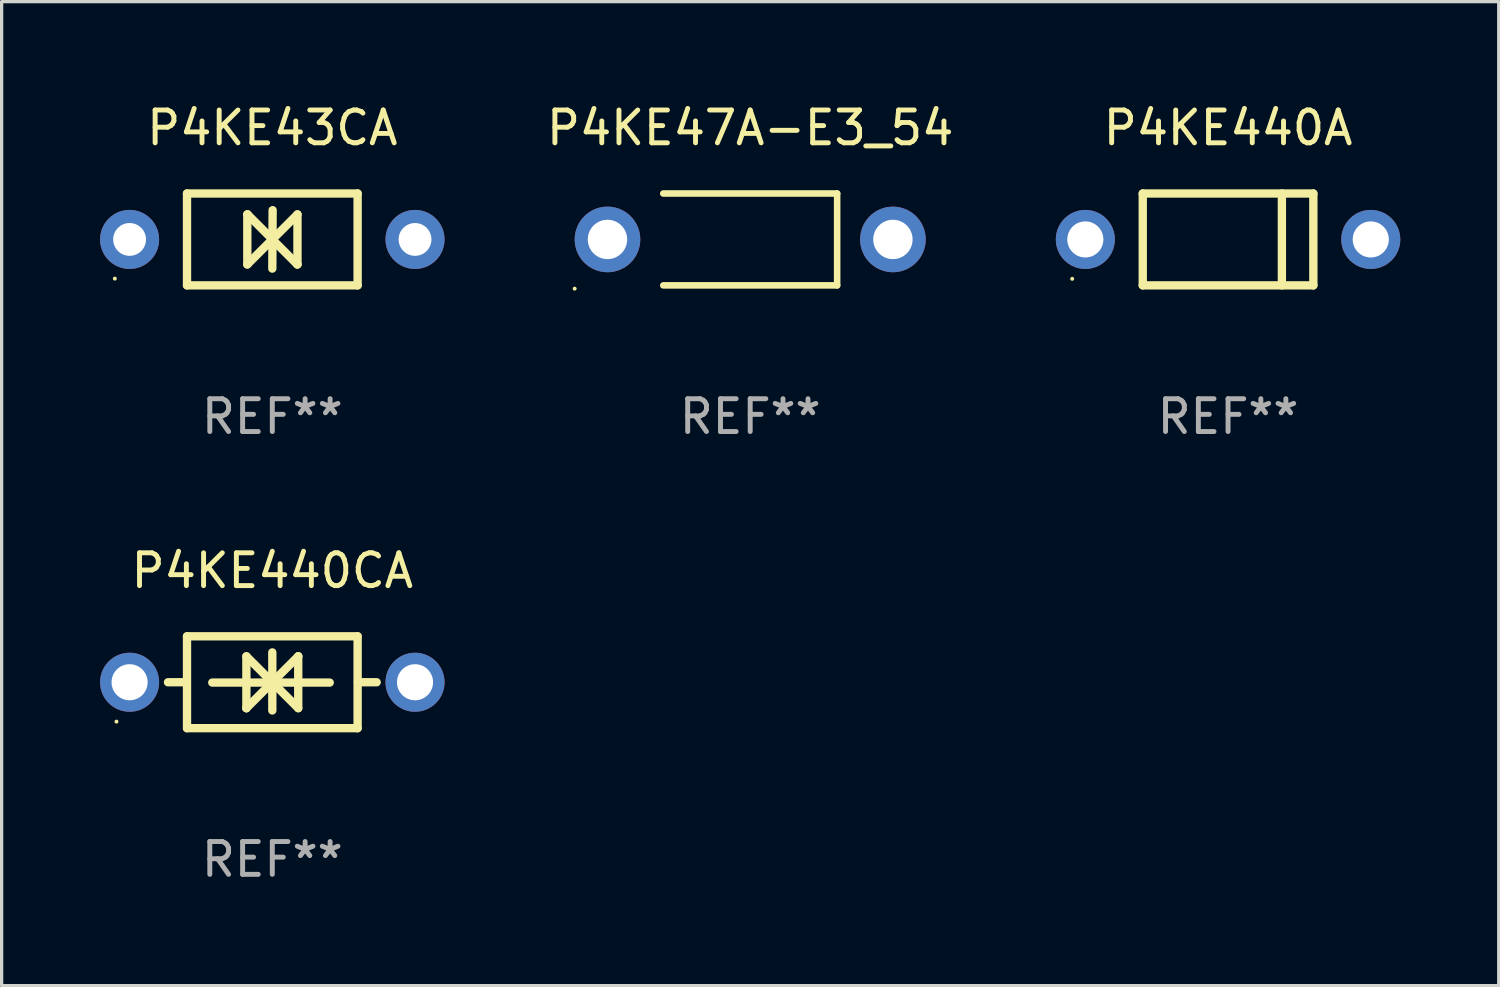
<source format=kicad_pcb>
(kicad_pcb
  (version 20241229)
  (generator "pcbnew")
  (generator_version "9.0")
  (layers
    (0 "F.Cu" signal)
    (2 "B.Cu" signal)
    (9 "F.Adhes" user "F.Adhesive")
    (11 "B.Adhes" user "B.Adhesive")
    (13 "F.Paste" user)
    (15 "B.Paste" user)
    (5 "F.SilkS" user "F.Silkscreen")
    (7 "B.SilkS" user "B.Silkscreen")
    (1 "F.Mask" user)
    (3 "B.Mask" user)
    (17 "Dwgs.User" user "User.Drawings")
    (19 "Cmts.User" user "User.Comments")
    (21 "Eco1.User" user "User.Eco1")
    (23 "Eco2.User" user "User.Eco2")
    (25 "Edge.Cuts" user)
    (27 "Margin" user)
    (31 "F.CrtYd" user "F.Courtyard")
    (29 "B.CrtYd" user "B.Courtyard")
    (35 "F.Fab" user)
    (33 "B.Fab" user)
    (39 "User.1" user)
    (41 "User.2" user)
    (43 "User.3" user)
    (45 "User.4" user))
  (footprint "P4KE440A"
    (layer "F.Cu")
    (at 34.381 4.248)
    (property "Reference" "P4KE440A" (at 0 -3.4 0) (layer "F.SilkS") (effects (font (size 1 1) (thickness 0.15))))
    (attr through_hole)
    (fp_line (start -2.6 1.4) (end -2.6 -1.4) (stroke (width 0.254) (type solid)) (layer "F.SilkS"))
    (fp_line (start 1.641 1.4) (end 1.641 -1.4) (stroke (width 0.254) (type solid)) (layer "F.SilkS"))
    (fp_line (start 2.6 -1.4) (end -2.6 -1.4) (stroke (width 0.254) (type solid)) (layer "F.SilkS"))
    (fp_line (start 2.6 1.4) (end -2.6 1.4) (stroke (width 0.254) (type solid)) (layer "F.SilkS"))
    (fp_line (start 2.6 1.4) (end 2.6 -1.4) (stroke (width 0.254) (type solid)) (layer "F.SilkS"))
    (fp_circle (center -4.75 1.2) (end -4.72 1.2) (stroke (width 0.06) (type solid)) (fill no) (layer "F.SilkS"))
    (fp_text user "REF**" (at 0 5.4 0) (layer "F.Fab") (effects (font (size 1 1) (thickness 0.15))))
    (pad "1" thru_hole circle (at -4.35 0) (size 1.8 1.8) (drill 1.1) (layers "*.Cu" "*.Mask"))
    (pad "2" thru_hole circle (at 4.35 0) (size 1.8 1.8) (drill 1.1) (layers "*.Cu" "*.Mask")))
  (footprint "P4KE440CA"
    (layer "F.Cu")
    (at 5.25 17.745)
    (property "Reference" "P4KE440CA" (at 0 -3.4 0) (layer "F.SilkS") (effects (font (size 1 1) (thickness 0.15))))
    (attr through_hole)
    (fp_line (start -2.61 0) (end -3.18 0) (stroke (width 0.254) (type solid)) (layer "F.SilkS"))
    (fp_line (start -2.6 1.4) (end -2.6 -1.4) (stroke (width 0.254) (type solid)) (layer "F.SilkS"))
    (fp_line (start -1.83 0.01) (end 1.75 0.01) (stroke (width 0.254) (type solid)) (layer "F.SilkS"))
    (fp_line (start -0.79 -0.79) (end -0.79 0.79) (stroke (width 0.254) (type solid)) (layer "F.SilkS"))
    (fp_line (start -0.79 0.79) (end -0.79 0.79) (stroke (width 0.254) (type solid)) (layer "F.SilkS"))
    (fp_line (start -0.79 0.79) (end 0.000025 0) (stroke (width 0.254) (type solid)) (layer "F.SilkS"))
    (fp_line (start 0 -0.91) (end 0 0.86) (stroke (width 0.254) (type solid)) (layer "F.SilkS"))
    (fp_line (start 0.000025 0) (end -0.79 -0.79) (stroke (width 0.254) (type solid)) (layer "F.SilkS"))
    (fp_line (start 0.000025 0) (end 0.79 0.79) (stroke (width 0.254) (type solid)) (layer "F.SilkS"))
    (fp_line (start 0.79 -0.79) (end 0.000025 0) (stroke (width 0.254) (type solid)) (layer "F.SilkS"))
    (fp_line (start 0.79 -0.79) (end 0.79 -0.79) (stroke (width 0.254) (type solid)) (layer "F.SilkS"))
    (fp_line (start 0.79 0.79) (end 0.79 -0.79) (stroke (width 0.254) (type solid)) (layer "F.SilkS"))
    (fp_line (start 2.6 -1.4) (end -2.6 -1.4) (stroke (width 0.254) (type solid)) (layer "F.SilkS"))
    (fp_line (start 2.6 1.4) (end -2.6 1.4) (stroke (width 0.254) (type solid)) (layer "F.SilkS"))
    (fp_line (start 2.6 1.4) (end 2.6 -1.4) (stroke (width 0.254) (type solid)) (layer "F.SilkS"))
    (fp_line (start 2.61 0) (end 3.18 0) (stroke (width 0.254) (type solid)) (layer "F.SilkS"))
    (fp_circle (center -4.75 1.2) (end -4.72 1.2) (stroke (width 0.06) (type solid)) (fill no) (layer "F.SilkS"))
    (fp_text user "REF**" (at 0 5.4 0) (layer "F.Fab") (effects (font (size 1 1) (thickness 0.15))))
    (pad "1" thru_hole circle (at -4.35 0) (size 1.8 1.8) (drill 1.1) (layers "*.Cu" "*.Mask"))
    (pad "2" thru_hole circle (at 4.35 0) (size 1.8 1.8) (drill 1.1) (layers "*.Cu" "*.Mask")))
  (footprint "P4KE43CA"
    (layer "F.Cu")
    (at 5.25 4.248)
    (property "Reference" "P4KE43CA" (at 0 -3.4 0) (layer "F.SilkS") (effects (font (size 1 1) (thickness 0.15))))
    (attr through_hole)
    (fp_line (start -2.6 1.4) (end -2.6 -1.4) (stroke (width 0.254) (type solid)) (layer "F.SilkS"))
    (fp_line (start -0.762 -0.762) (end -0.762 0.762) (stroke (width 0.254) (type solid)) (layer "F.SilkS"))
    (fp_line (start -0.762 0.762) (end 0.006 -0.006) (stroke (width 0.254) (type solid)) (layer "F.SilkS"))
    (fp_line (start -0.755 -0.762) (end -0.762 -0.762) (stroke (width 0.254) (type solid)) (layer "F.SilkS"))
    (fp_line (start -0.001 0.004) (end -0.001 0.095) (stroke (width 0.254) (type solid)) (layer "F.SilkS"))
    (fp_line (start 0 0) (end 0.761 0.761) (stroke (width 0.254) (type solid)) (layer "F.SilkS"))
    (fp_line (start 0 0.889) (end 0.01 -0.892) (stroke (width 0.254) (type solid)) (layer "F.SilkS"))
    (fp_line (start 0.005 -0.001) (end -0.755 -0.762) (stroke (width 0.254) (type solid)) (layer "F.SilkS"))
    (fp_line (start 0.006 -0.006) (end 0.006 -0.096) (stroke (width 0.254) (type solid)) (layer "F.SilkS"))
    (fp_line (start 0.761 0.761) (end 0.767 0.761) (stroke (width 0.254) (type solid)) (layer "F.SilkS"))
    (fp_line (start 0.767 -0.763) (end -0.001 0.004) (stroke (width 0.254) (type solid)) (layer "F.SilkS"))
    (fp_line (start 0.767 0.761) (end 0.767 -0.763) (stroke (width 0.254) (type solid)) (layer "F.SilkS"))
    (fp_line (start 2.6 -1.4) (end -2.6 -1.4) (stroke (width 0.254) (type solid)) (layer "F.SilkS"))
    (fp_line (start 2.6 1.4) (end -2.6 1.4) (stroke (width 0.254) (type solid)) (layer "F.SilkS"))
    (fp_line (start 2.6 1.4) (end 2.6 -1.4) (stroke (width 0.254) (type solid)) (layer "F.SilkS"))
    (fp_circle (center -4.8 1.194) (end -4.77 1.194) (stroke (width 0.06) (type solid)) (fill no) (layer "F.SilkS"))
    (fp_text user "REF**" (at 0 5.4 0) (layer "F.Fab") (effects (font (size 1 1) (thickness 0.15))))
    (pad "1" thru_hole circle (at -4.35 0) (size 1.8 1.8) (drill 1) (layers "*.Cu" "*.Mask"))
    (pad "2" thru_hole circle (at 4.35 0) (size 1.8 1.8) (drill 1) (layers "*.Cu" "*.Mask")))
  (footprint "P4KE47A-E3_54"
    (layer "F.Cu")
    (at 19.816 4.248)
    (property "Reference" "P4KE47A-E3_54" (at 0 -3.4 0) (layer "F.SilkS") (effects (font (size 1 1) (thickness 0.15))))
    (attr through_hole)
    (fp_line (start -2.65 1.4) (end 2.65 1.4) (stroke (width 0.2) (type solid)) (layer "F.SilkS"))
    (fp_line (start 2.65 -1.4) (end -2.65 -1.4) (stroke (width 0.2) (type solid)) (layer "F.SilkS"))
    (fp_line (start 2.65 1.4) (end 2.65 -1.4) (stroke (width 0.2) (type solid)) (layer "F.SilkS"))
    (fp_circle (center -5.35 1.5) (end -5.32 1.5) (stroke (width 0.06) (type solid)) (fill no) (layer "F.SilkS"))
    (fp_text user "REF**" (at 0 5.4 0) (layer "F.Fab") (effects (font (size 1 1) (thickness 0.15))))
    (pad "1" thru_hole circle (at -4.35 0) (size 2 2) (drill 1.2) (layers "*.Cu" "*.Mask"))
    (pad "2" thru_hole circle (at 4.35 0) (size 2 2) (drill 1.2) (layers "*.Cu" "*.Mask")))
  (gr_rect
    (start -3 -3)
    (end 42.631 26.993)
    (stroke (width 0.1) (type default))
    (fill no)
    (layer "Edge.Cuts")))
</source>
